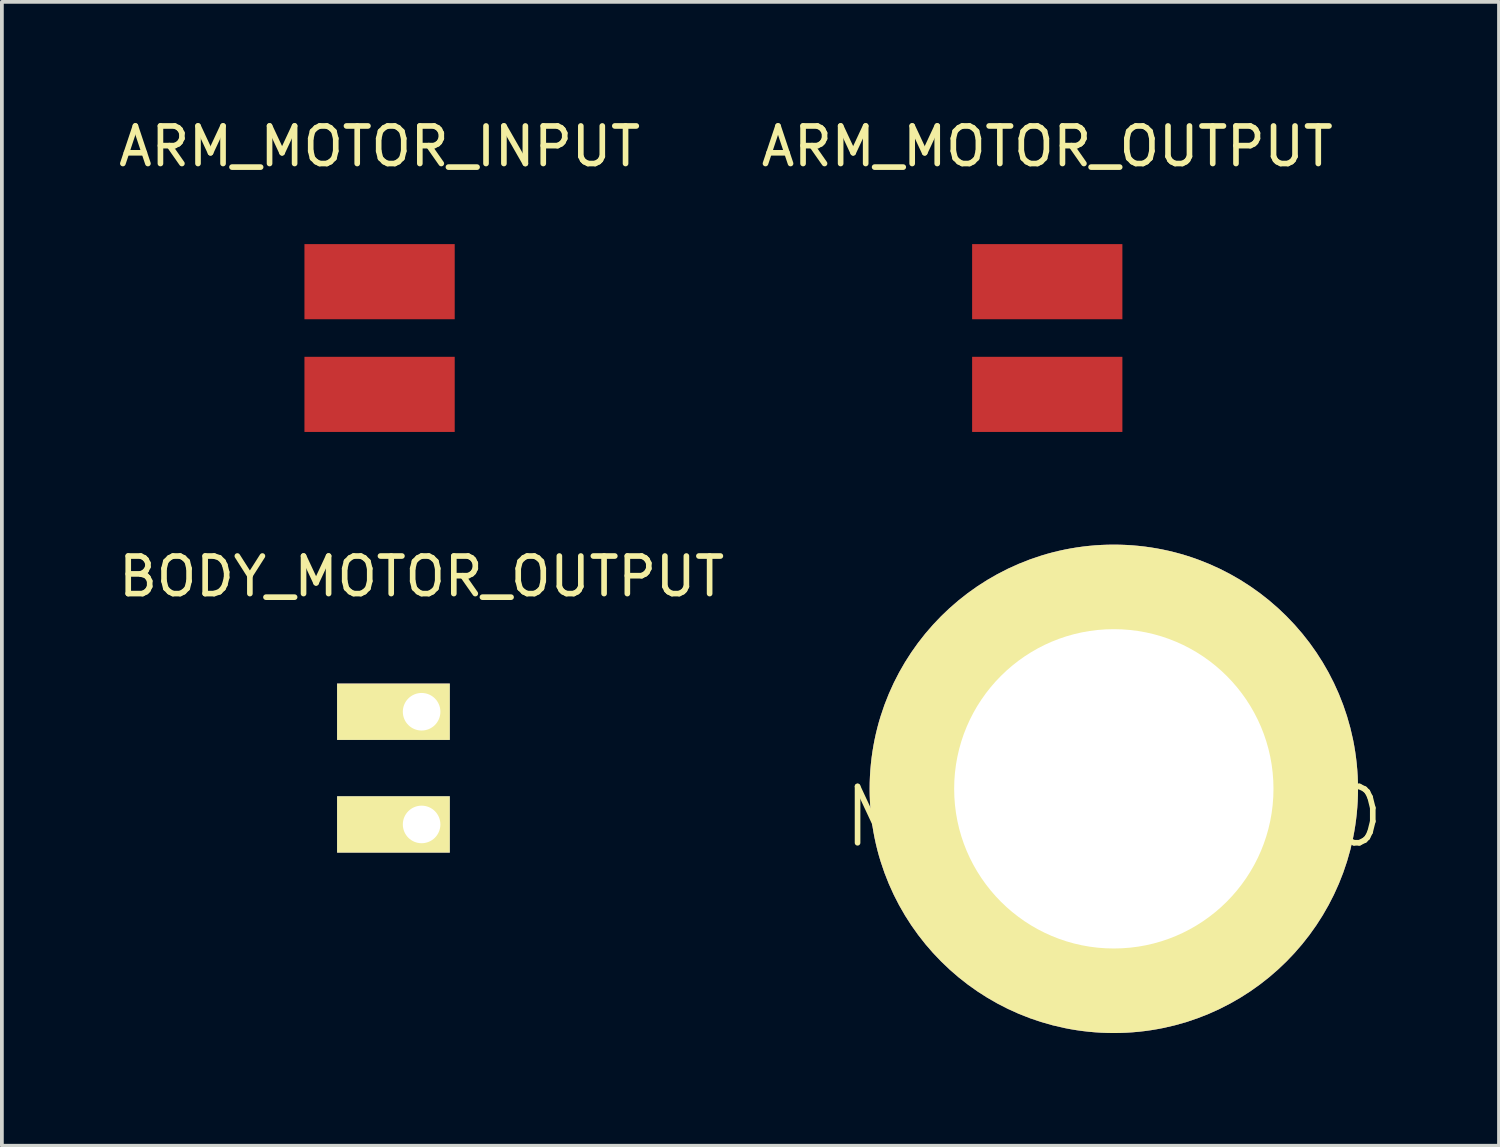
<source format=kicad_pcb>
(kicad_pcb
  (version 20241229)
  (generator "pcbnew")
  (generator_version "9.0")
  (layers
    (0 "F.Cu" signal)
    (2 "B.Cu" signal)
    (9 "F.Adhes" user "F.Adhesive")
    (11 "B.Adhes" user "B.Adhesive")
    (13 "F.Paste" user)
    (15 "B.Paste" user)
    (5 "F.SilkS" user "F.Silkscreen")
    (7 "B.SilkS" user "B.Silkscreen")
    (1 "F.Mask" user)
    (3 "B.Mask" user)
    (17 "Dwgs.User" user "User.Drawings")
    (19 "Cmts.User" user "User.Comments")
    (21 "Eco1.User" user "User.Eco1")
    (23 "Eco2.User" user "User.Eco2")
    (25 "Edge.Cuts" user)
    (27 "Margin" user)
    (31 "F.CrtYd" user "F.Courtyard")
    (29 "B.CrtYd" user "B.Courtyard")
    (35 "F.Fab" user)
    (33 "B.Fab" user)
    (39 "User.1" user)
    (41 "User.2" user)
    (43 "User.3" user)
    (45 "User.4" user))
  (footprint "MOTOR_0820"
    (layer "F.Cu")
    (at 26.599 17.948)
    (property "Reference" "MOTOR_0820" (at 0 0.75 0) (layer "F.SilkS") (effects (font (size 1.5 1.5) (thickness 0.15))))
    (attr through_hole)
    (pad "1" thru_hole circle (at 0 0) (size 13 13) (drill 8.5) (layers "*.Cu" "*.Mask" "F.SilkS")))
  (footprint "ARM_MOTOR_INPUT"
    (layer "F.Cu")
    (at 7.054 5.948)
    (property "Reference" "ARM_MOTOR_INPUT" (at 0 -5.1 0) (layer "F.SilkS") (effects (font (size 1 1) (thickness 0.15))))
    (attr through_hole)
    (pad "1" smd rect (at 0 -1.5) (size 4 2) (layers "F.Cu" "F.Mask" "F.Paste"))
    (pad "2" smd rect (at 0 1.5) (size 4 2) (layers "F.Cu" "F.Mask" "F.Paste")))
  (footprint "BODY_MOTOR_OUTPUT"
    (layer "F.Cu")
    (at 8.173 17.396)
    (property "Reference" "BODY_MOTOR_OUTPUT" (at 0 -5.1 0) (layer "F.SilkS") (effects (font (size 1 1) (thickness 0.15))))
    (attr through_hole)
    (pad "1" thru_hole rect (at 0 -1.5) (size 3 1.5) (drill 1 (offset -0.75 0)) (layers "*.Cu" "*.Mask" "F.SilkS"))
    (pad "2" thru_hole rect (at 0 1.5) (size 3 1.5) (drill 1 (offset -0.75 0)) (layers "*.Cu" "*.Mask" "F.SilkS")))
  (footprint "ARM_MOTOR_OUTPUT"
    (layer "F.Cu")
    (at 24.827 5.948)
    (property "Reference" "ARM_MOTOR_OUTPUT" (at 0 -5.1 0) (layer "F.SilkS") (effects (font (size 1 1) (thickness 0.15))))
    (attr through_hole)
    (pad "1" smd rect (at 0 -1.5) (size 4 2) (layers "F.Cu" "F.Mask" "F.Paste"))
    (pad "2" smd rect (at 0 1.5) (size 4 2) (layers "F.Cu" "F.Mask" "F.Paste")))
  (gr_rect
    (start -3 -3)
    (end 36.852 27.448)
    (stroke (width 0.1) (type default))
    (fill no)
    (layer "Edge.Cuts")))
</source>
